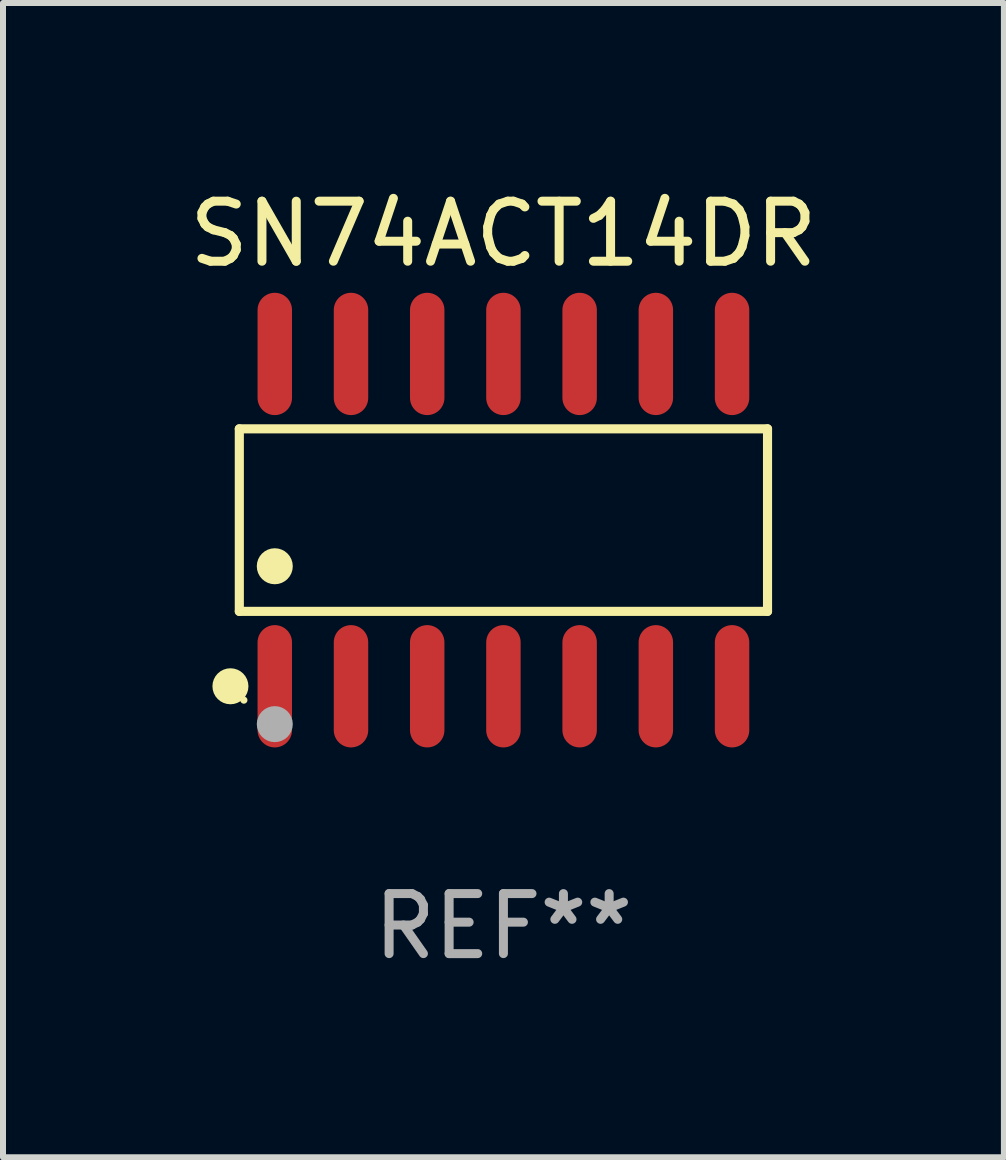
<source format=kicad_pcb>
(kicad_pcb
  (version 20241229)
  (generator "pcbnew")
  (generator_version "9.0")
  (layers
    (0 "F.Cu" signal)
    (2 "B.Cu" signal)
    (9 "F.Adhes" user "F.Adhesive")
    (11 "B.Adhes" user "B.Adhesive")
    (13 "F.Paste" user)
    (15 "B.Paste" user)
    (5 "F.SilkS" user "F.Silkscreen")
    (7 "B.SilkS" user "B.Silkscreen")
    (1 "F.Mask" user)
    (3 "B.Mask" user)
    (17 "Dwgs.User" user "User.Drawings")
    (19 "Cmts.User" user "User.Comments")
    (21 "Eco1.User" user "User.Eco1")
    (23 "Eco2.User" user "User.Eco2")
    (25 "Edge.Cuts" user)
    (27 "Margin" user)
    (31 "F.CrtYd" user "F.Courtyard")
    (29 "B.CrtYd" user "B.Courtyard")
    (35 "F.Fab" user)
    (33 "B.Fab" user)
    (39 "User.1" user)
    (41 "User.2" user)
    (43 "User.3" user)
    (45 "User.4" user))
  (footprint "SN74ACT14DR"
    (layer "F.Cu")
    (at 5.339 5.617)
    (property "Reference" "SN74ACT14DR" (at 0 -4.769 0) (layer "F.SilkS") (effects (font (size 1 1) (thickness 0.15))))
    (attr through_hole)
    (fp_line (start -4.401 -1.521) (end 4.401 -1.521) (stroke (width 0.152) (type solid)) (layer "F.SilkS"))
    (fp_line (start -4.401 1.521) (end -4.401 -1.521) (stroke (width 0.152) (type solid)) (layer "F.SilkS"))
    (fp_line (start 4.401 -1.521) (end 4.401 1.521) (stroke (width 0.152) (type solid)) (layer "F.SilkS"))
    (fp_line (start 4.401 1.521) (end -4.401 1.521) (stroke (width 0.152) (type solid)) (layer "F.SilkS"))
    (fp_circle (center -4.549 2.769) (end -4.399 2.769) (stroke (width 0.3) (type solid)) (fill no) (layer "F.SilkS"))
    (fp_circle (center -4.325 3) (end -4.295 3) (stroke (width 0.06) (type solid)) (fill no) (layer "F.SilkS"))
    (fp_circle (center -3.81 0.769) (end -3.66 0.769) (stroke (width 0.3) (type solid)) (fill no) (layer "F.SilkS"))
    (fp_circle (center -3.81 3.4) (end -3.66 3.4) (stroke (width 0.3) (type solid)) (fill no) (layer "F.Fab"))
    (fp_text user "REF**" (at 0 6.769 0) (layer "F.Fab") (effects (font (size 1 1) (thickness 0.15))))
    (pad "1" smd oval (at -3.81 2.769) (size 0.574 2.038) (layers "F.Cu" "F.Mask" "F.Paste"))
    (pad "2" smd oval (at -2.54 2.769) (size 0.574 2.038) (layers "F.Cu" "F.Mask" "F.Paste"))
    (pad "3" smd oval (at -1.27 2.769) (size 0.574 2.038) (layers "F.Cu" "F.Mask" "F.Paste"))
    (pad "4" smd oval (at 0 2.769) (size 0.574 2.038) (layers "F.Cu" "F.Mask" "F.Paste"))
    (pad "5" smd oval (at 1.27 2.769) (size 0.574 2.038) (layers "F.Cu" "F.Mask" "F.Paste"))
    (pad "6" smd oval (at 2.54 2.769) (size 0.574 2.038) (layers "F.Cu" "F.Mask" "F.Paste"))
    (pad "7" smd oval (at 3.81 2.769) (size 0.574 2.038) (layers "F.Cu" "F.Mask" "F.Paste"))
    (pad "8" smd oval (at 3.81 -2.769) (size 0.574 2.038) (layers "F.Cu" "F.Mask" "F.Paste"))
    (pad "9" smd oval (at 2.54 -2.769) (size 0.574 2.038) (layers "F.Cu" "F.Mask" "F.Paste"))
    (pad "10" smd oval (at 1.27 -2.769) (size 0.574 2.038) (layers "F.Cu" "F.Mask" "F.Paste"))
    (pad "11" smd oval (at 0 -2.769) (size 0.574 2.038) (layers "F.Cu" "F.Mask" "F.Paste"))
    (pad "12" smd oval (at -1.27 -2.769) (size 0.574 2.038) (layers "F.Cu" "F.Mask" "F.Paste"))
    (pad "13" smd oval (at -2.54 -2.769) (size 0.574 2.038) (layers "F.Cu" "F.Mask" "F.Paste"))
    (pad "14" smd oval (at -3.81 -2.769) (size 0.574 2.038) (layers "F.Cu" "F.Mask" "F.Paste")))
  (gr_rect
    (start -3 -3)
    (end 13.679 16.235)
    (stroke (width 0.1) (type default))
    (fill no)
    (layer "Edge.Cuts")))
</source>
